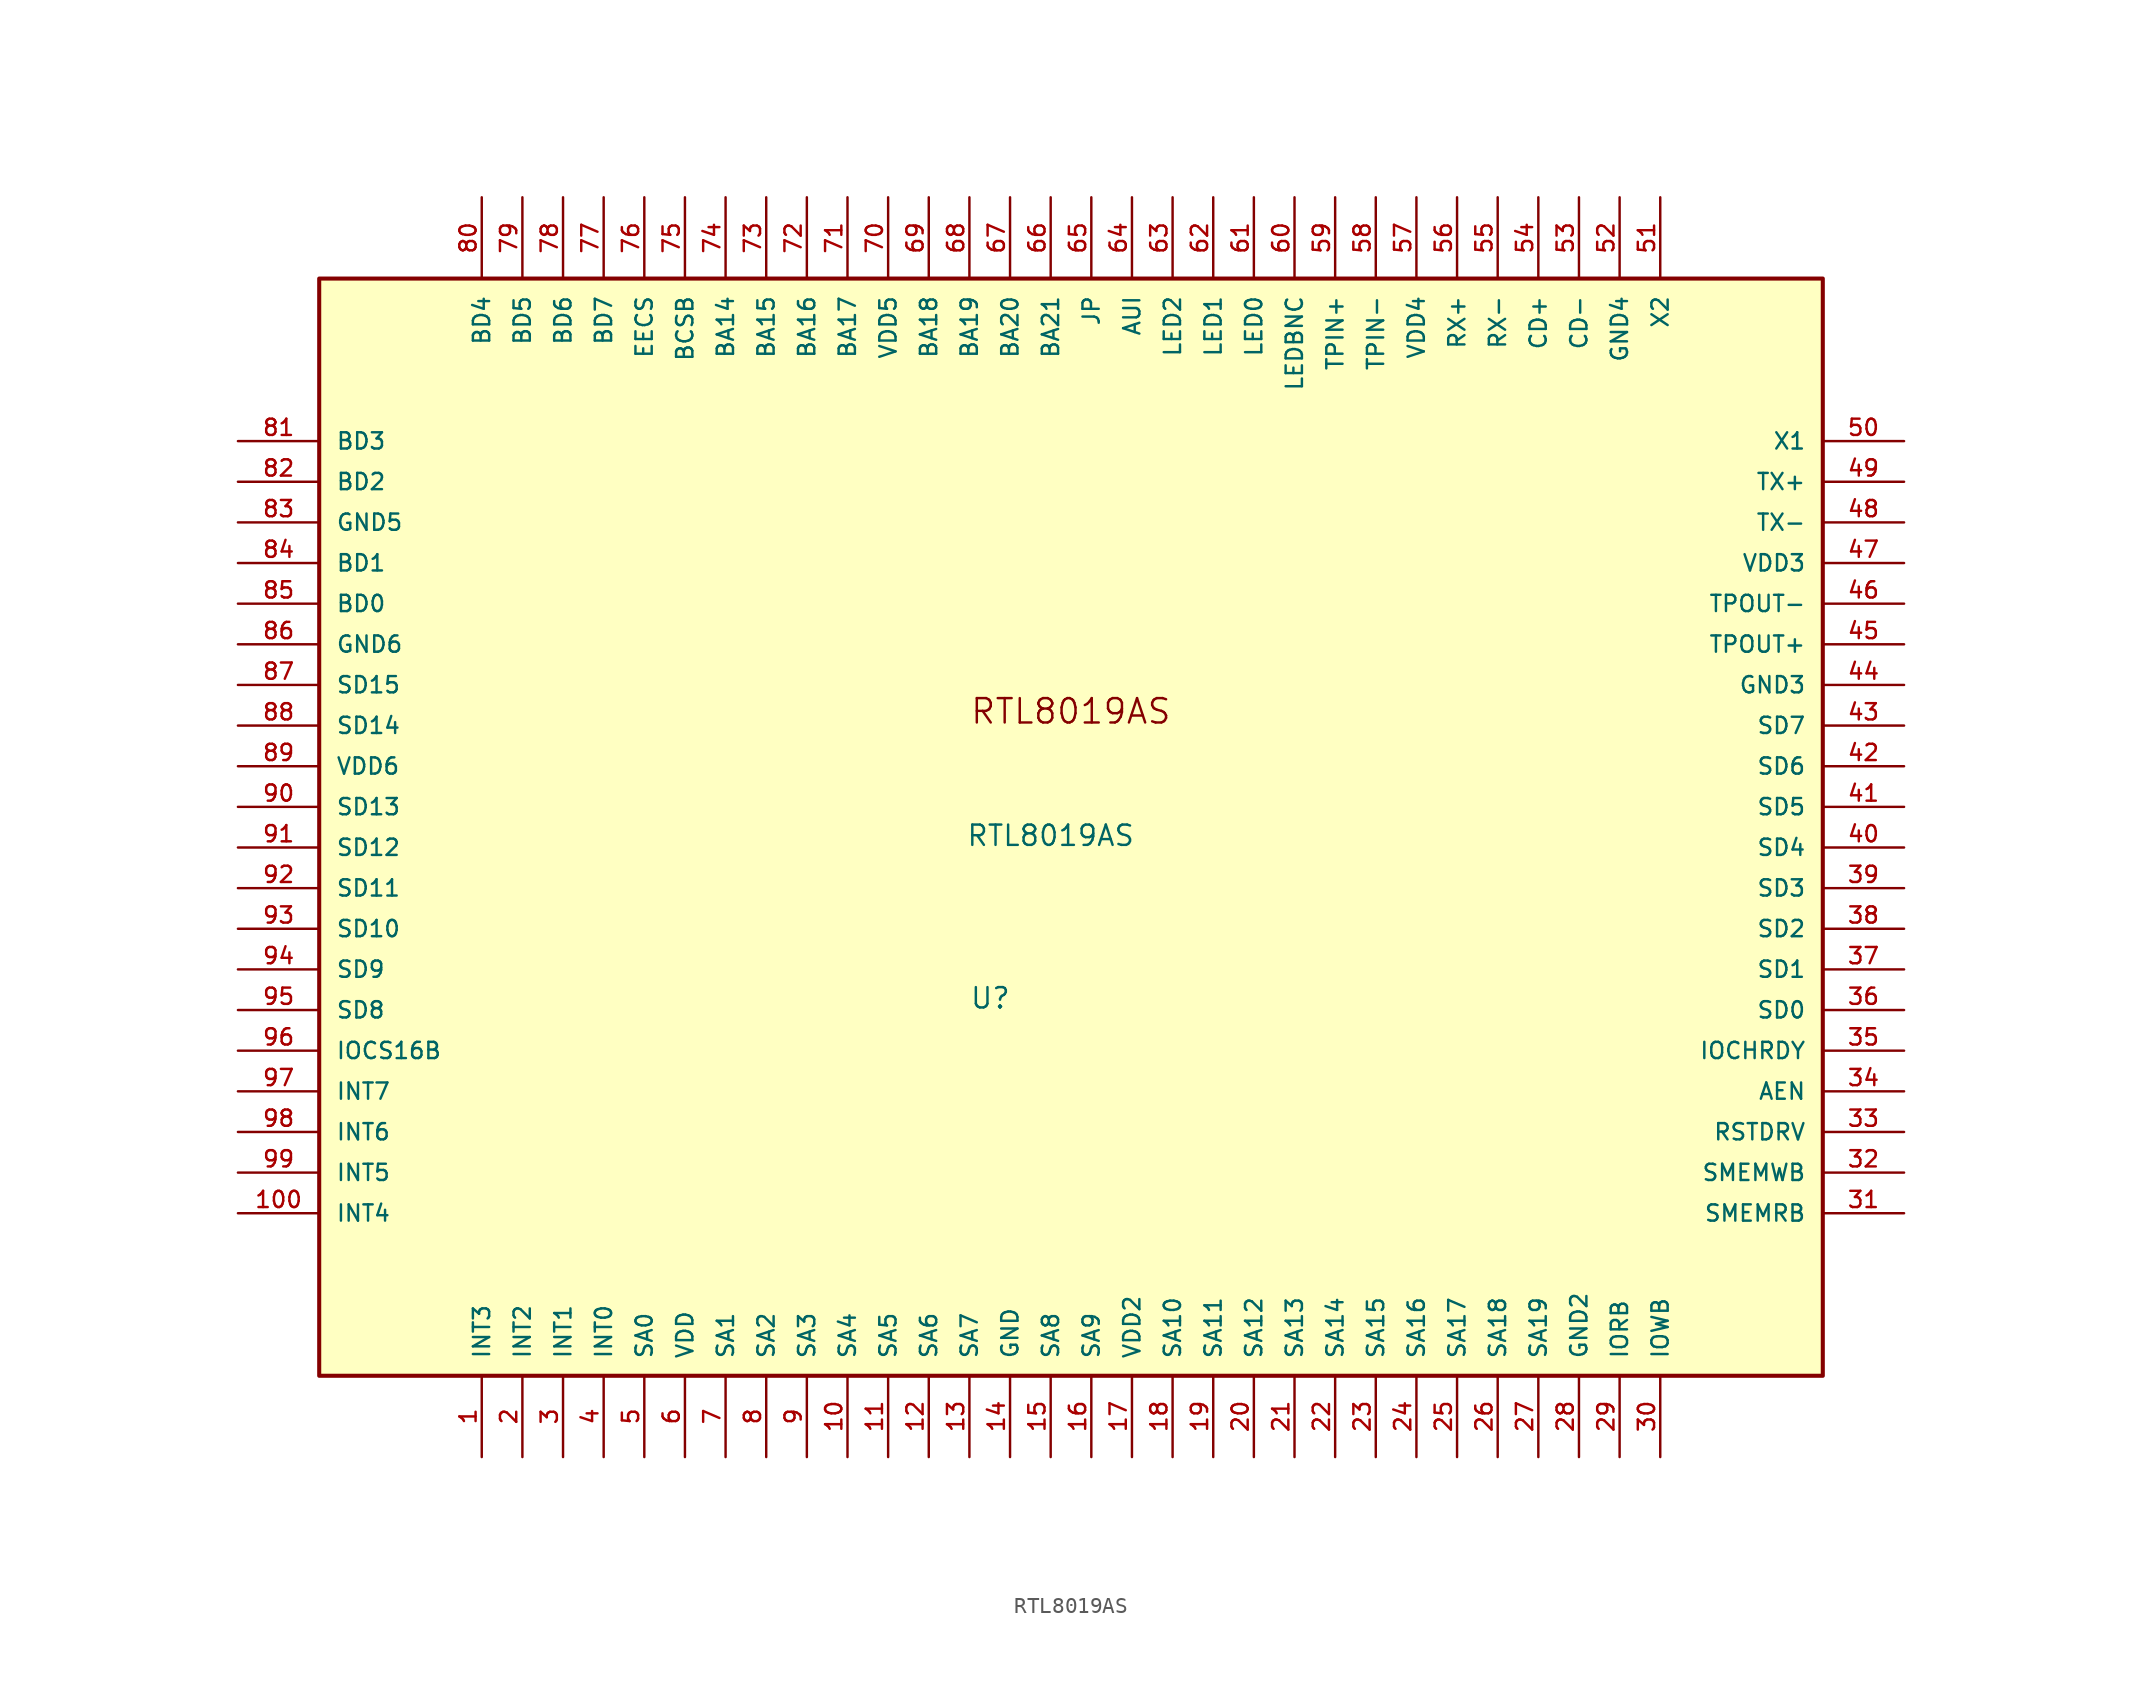
<source format=kicad_sym>
(kicad_symbol_lib
  (version 20211014)
  (generator kicad_symbol_editor)
  (symbol "RTL8019AS"
    (pin_names
      (offset 1.016))
    (property "Reference" "U"
      (at -5.08 -10.16 0)
      (effects (font (size 1.27 1.27)) (justify bottom left)))
    (property "Value" "RTL8019AS"
      (at 0 0.0 0)
      (effects (font (size 1.27 1.27)) (justify bottom)))
    (symbol "RTL8019AS_0_0"
      (text "RTL8019AS" (at -5.08 7.62 0) (effects (font (size 1.524 1.524)) (justify bottom left)))
      (rectangle (start -45.72 -33.02) (end 48.26 35.56) (stroke (width 0.254)) (fill (type background)))
      (pin bidirectional line (at 53.34 -15.24 180.0) (length 5.08) (name "AEN" (effects (font (size 1.016 1.016)))) (number "34" (effects (font (size 1.016 1.016)))))
      (pin bidirectional line (at 5.08 40.64 270.0) (length 5.08) (name "AUI" (effects (font (size 1.016 1.016)))) (number "64" (effects (font (size 1.016 1.016)))))
      (pin bidirectional line (at -20.32 40.64 270.0) (length 5.08) (name "BA14" (effects (font (size 1.016 1.016)))) (number "74" (effects (font (size 1.016 1.016)))))
      (pin bidirectional line (at -17.78 40.64 270.0) (length 5.08) (name "BA15" (effects (font (size 1.016 1.016)))) (number "73" (effects (font (size 1.016 1.016)))))
      (pin bidirectional line (at -15.24 40.64 270.0) (length 5.08) (name "BA16" (effects (font (size 1.016 1.016)))) (number "72" (effects (font (size 1.016 1.016)))))
      (pin bidirectional line (at -12.7 40.64 270.0) (length 5.08) (name "BA17" (effects (font (size 1.016 1.016)))) (number "71" (effects (font (size 1.016 1.016)))))
      (pin bidirectional line (at -7.62 40.64 270.0) (length 5.08) (name "BA18" (effects (font (size 1.016 1.016)))) (number "69" (effects (font (size 1.016 1.016)))))
      (pin bidirectional line (at -5.08 40.64 270.0) (length 5.08) (name "BA19" (effects (font (size 1.016 1.016)))) (number "68" (effects (font (size 1.016 1.016)))))
      (pin bidirectional line (at -2.54 40.64 270.0) (length 5.08) (name "BA20" (effects (font (size 1.016 1.016)))) (number "67" (effects (font (size 1.016 1.016)))))
      (pin bidirectional line (at 0.0 40.64 270.0) (length 5.08) (name "BA21" (effects (font (size 1.016 1.016)))) (number "66" (effects (font (size 1.016 1.016)))))
      (pin bidirectional line (at -22.86 40.64 270.0) (length 5.08) (name "BCSB" (effects (font (size 1.016 1.016)))) (number "75" (effects (font (size 1.016 1.016)))))
      (pin bidirectional line (at -50.8 15.24 0) (length 5.08) (name "BD0" (effects (font (size 1.016 1.016)))) (number "85" (effects (font (size 1.016 1.016)))))
      (pin bidirectional line (at -50.8 17.78 0) (length 5.08) (name "BD1" (effects (font (size 1.016 1.016)))) (number "84" (effects (font (size 1.016 1.016)))))
      (pin bidirectional line (at -50.8 22.86 0) (length 5.08) (name "BD2" (effects (font (size 1.016 1.016)))) (number "82" (effects (font (size 1.016 1.016)))))
      (pin bidirectional line (at -50.8 25.4 0) (length 5.08) (name "BD3" (effects (font (size 1.016 1.016)))) (number "81" (effects (font (size 1.016 1.016)))))
      (pin bidirectional line (at -35.56 40.64 270.0) (length 5.08) (name "BD4" (effects (font (size 1.016 1.016)))) (number "80" (effects (font (size 1.016 1.016)))))
      (pin bidirectional line (at -33.02 40.64 270.0) (length 5.08) (name "BD5" (effects (font (size 1.016 1.016)))) (number "79" (effects (font (size 1.016 1.016)))))
      (pin bidirectional line (at -30.48 40.64 270.0) (length 5.08) (name "BD6" (effects (font (size 1.016 1.016)))) (number "78" (effects (font (size 1.016 1.016)))))
      (pin bidirectional line (at -27.94 40.64 270.0) (length 5.08) (name "BD7" (effects (font (size 1.016 1.016)))) (number "77" (effects (font (size 1.016 1.016)))))
      (pin bidirectional line (at 30.48 40.64 270.0) (length 5.08) (name "CD+" (effects (font (size 1.016 1.016)))) (number "54" (effects (font (size 1.016 1.016)))))
      (pin bidirectional line (at 33.02 40.64 270.0) (length 5.08) (name "CD-" (effects (font (size 1.016 1.016)))) (number "53" (effects (font (size 1.016 1.016)))))
      (pin bidirectional line (at -25.4 40.64 270.0) (length 5.08) (name "EECS" (effects (font (size 1.016 1.016)))) (number "76" (effects (font (size 1.016 1.016)))))
      (pin power_in line (at -2.54 -38.1 90.0) (length 5.08) (name "GND" (effects (font (size 1.016 1.016)))) (number "14" (effects (font (size 1.016 1.016)))))
      (pin power_in line (at 33.02 -38.1 90.0) (length 5.08) (name "GND2" (effects (font (size 1.016 1.016)))) (number "28" (effects (font (size 1.016 1.016)))))
      (pin power_in line (at 53.34 10.16 180.0) (length 5.08) (name "GND3" (effects (font (size 1.016 1.016)))) (number "44" (effects (font (size 1.016 1.016)))))
      (pin power_in line (at 35.56 40.64 270.0) (length 5.08) (name "GND4" (effects (font (size 1.016 1.016)))) (number "52" (effects (font (size 1.016 1.016)))))
      (pin power_in line (at -50.8 20.32 0) (length 5.08) (name "GND5" (effects (font (size 1.016 1.016)))) (number "83" (effects (font (size 1.016 1.016)))))
      (pin power_in line (at -50.8 12.7 0) (length 5.08) (name "GND6" (effects (font (size 1.016 1.016)))) (number "86" (effects (font (size 1.016 1.016)))))
      (pin bidirectional line (at -27.94 -38.1 90.0) (length 5.08) (name "INT0" (effects (font (size 1.016 1.016)))) (number "4" (effects (font (size 1.016 1.016)))))
      (pin bidirectional line (at -30.48 -38.1 90.0) (length 5.08) (name "INT1" (effects (font (size 1.016 1.016)))) (number "3" (effects (font (size 1.016 1.016)))))
      (pin bidirectional line (at -33.02 -38.1 90.0) (length 5.08) (name "INT2" (effects (font (size 1.016 1.016)))) (number "2" (effects (font (size 1.016 1.016)))))
      (pin bidirectional line (at -35.56 -38.1 90.0) (length 5.08) (name "INT3" (effects (font (size 1.016 1.016)))) (number "1" (effects (font (size 1.016 1.016)))))
      (pin bidirectional line (at -50.8 -22.86 0) (length 5.08) (name "INT4" (effects (font (size 1.016 1.016)))) (number "100" (effects (font (size 1.016 1.016)))))
      (pin bidirectional line (at -50.8 -20.32 0) (length 5.08) (name "INT5" (effects (font (size 1.016 1.016)))) (number "99" (effects (font (size 1.016 1.016)))))
      (pin bidirectional line (at -50.8 -17.78 0) (length 5.08) (name "INT6" (effects (font (size 1.016 1.016)))) (number "98" (effects (font (size 1.016 1.016)))))
      (pin bidirectional line (at -50.8 -15.24 0) (length 5.08) (name "INT7" (effects (font (size 1.016 1.016)))) (number "97" (effects (font (size 1.016 1.016)))))
      (pin bidirectional line (at 53.34 -12.7 180.0) (length 5.08) (name "IOCHRDY" (effects (font (size 1.016 1.016)))) (number "35" (effects (font (size 1.016 1.016)))))
      (pin bidirectional line (at -50.8 -12.7 0) (length 5.08) (name "IOCS16B" (effects (font (size 1.016 1.016)))) (number "96" (effects (font (size 1.016 1.016)))))
      (pin bidirectional line (at 35.56 -38.1 90.0) (length 5.08) (name "IORB" (effects (font (size 1.016 1.016)))) (number "29" (effects (font (size 1.016 1.016)))))
      (pin bidirectional line (at 38.1 -38.1 90.0) (length 5.08) (name "IOWB" (effects (font (size 1.016 1.016)))) (number "30" (effects (font (size 1.016 1.016)))))
      (pin bidirectional line (at 2.54 40.64 270.0) (length 5.08) (name "JP" (effects (font (size 1.016 1.016)))) (number "65" (effects (font (size 1.016 1.016)))))
      (pin bidirectional line (at 12.7 40.64 270.0) (length 5.08) (name "LED0" (effects (font (size 1.016 1.016)))) (number "61" (effects (font (size 1.016 1.016)))))
      (pin bidirectional line (at 10.16 40.64 270.0) (length 5.08) (name "LED1" (effects (font (size 1.016 1.016)))) (number "62" (effects (font (size 1.016 1.016)))))
      (pin bidirectional line (at 7.62 40.64 270.0) (length 5.08) (name "LED2" (effects (font (size 1.016 1.016)))) (number "63" (effects (font (size 1.016 1.016)))))
      (pin bidirectional line (at 15.24 40.64 270.0) (length 5.08) (name "LEDBNC" (effects (font (size 1.016 1.016)))) (number "60" (effects (font (size 1.016 1.016)))))
      (pin bidirectional line (at 53.34 -17.78 180.0) (length 5.08) (name "RSTDRV" (effects (font (size 1.016 1.016)))) (number "33" (effects (font (size 1.016 1.016)))))
      (pin bidirectional line (at 25.4 40.64 270.0) (length 5.08) (name "RX+" (effects (font (size 1.016 1.016)))) (number "56" (effects (font (size 1.016 1.016)))))
      (pin bidirectional line (at 27.94 40.64 270.0) (length 5.08) (name "RX-" (effects (font (size 1.016 1.016)))) (number "55" (effects (font (size 1.016 1.016)))))
      (pin bidirectional line (at -25.4 -38.1 90.0) (length 5.08) (name "SA0" (effects (font (size 1.016 1.016)))) (number "5" (effects (font (size 1.016 1.016)))))
      (pin bidirectional line (at -20.32 -38.1 90.0) (length 5.08) (name "SA1" (effects (font (size 1.016 1.016)))) (number "7" (effects (font (size 1.016 1.016)))))
      (pin bidirectional line (at -17.78 -38.1 90.0) (length 5.08) (name "SA2" (effects (font (size 1.016 1.016)))) (number "8" (effects (font (size 1.016 1.016)))))
      (pin bidirectional line (at -15.24 -38.1 90.0) (length 5.08) (name "SA3" (effects (font (size 1.016 1.016)))) (number "9" (effects (font (size 1.016 1.016)))))
      (pin bidirectional line (at -12.7 -38.1 90.0) (length 5.08) (name "SA4" (effects (font (size 1.016 1.016)))) (number "10" (effects (font (size 1.016 1.016)))))
      (pin bidirectional line (at -10.16 -38.1 90.0) (length 5.08) (name "SA5" (effects (font (size 1.016 1.016)))) (number "11" (effects (font (size 1.016 1.016)))))
      (pin bidirectional line (at -7.62 -38.1 90.0) (length 5.08) (name "SA6" (effects (font (size 1.016 1.016)))) (number "12" (effects (font (size 1.016 1.016)))))
      (pin bidirectional line (at -5.08 -38.1 90.0) (length 5.08) (name "SA7" (effects (font (size 1.016 1.016)))) (number "13" (effects (font (size 1.016 1.016)))))
      (pin bidirectional line (at 0.0 -38.1 90.0) (length 5.08) (name "SA8" (effects (font (size 1.016 1.016)))) (number "15" (effects (font (size 1.016 1.016)))))
      (pin bidirectional line (at 2.54 -38.1 90.0) (length 5.08) (name "SA9" (effects (font (size 1.016 1.016)))) (number "16" (effects (font (size 1.016 1.016)))))
      (pin bidirectional line (at 7.62 -38.1 90.0) (length 5.08) (name "SA10" (effects (font (size 1.016 1.016)))) (number "18" (effects (font (size 1.016 1.016)))))
      (pin bidirectional line (at 10.16 -38.1 90.0) (length 5.08) (name "SA11" (effects (font (size 1.016 1.016)))) (number "19" (effects (font (size 1.016 1.016)))))
      (pin bidirectional line (at 12.7 -38.1 90.0) (length 5.08) (name "SA12" (effects (font (size 1.016 1.016)))) (number "20" (effects (font (size 1.016 1.016)))))
      (pin bidirectional line (at 15.24 -38.1 90.0) (length 5.08) (name "SA13" (effects (font (size 1.016 1.016)))) (number "21" (effects (font (size 1.016 1.016)))))
      (pin bidirectional line (at 17.78 -38.1 90.0) (length 5.08) (name "SA14" (effects (font (size 1.016 1.016)))) (number "22" (effects (font (size 1.016 1.016)))))
      (pin bidirectional line (at 20.32 -38.1 90.0) (length 5.08) (name "SA15" (effects (font (size 1.016 1.016)))) (number "23" (effects (font (size 1.016 1.016)))))
      (pin bidirectional line (at 22.86 -38.1 90.0) (length 5.08) (name "SA16" (effects (font (size 1.016 1.016)))) (number "24" (effects (font (size 1.016 1.016)))))
      (pin bidirectional line (at 25.4 -38.1 90.0) (length 5.08) (name "SA17" (effects (font (size 1.016 1.016)))) (number "25" (effects (font (size 1.016 1.016)))))
      (pin bidirectional line (at 27.94 -38.1 90.0) (length 5.08) (name "SA18" (effects (font (size 1.016 1.016)))) (number "26" (effects (font (size 1.016 1.016)))))
      (pin bidirectional line (at 30.48 -38.1 90.0) (length 5.08) (name "SA19" (effects (font (size 1.016 1.016)))) (number "27" (effects (font (size 1.016 1.016)))))
      (pin bidirectional line (at 53.34 -10.16 180.0) (length 5.08) (name "SD0" (effects (font (size 1.016 1.016)))) (number "36" (effects (font (size 1.016 1.016)))))
      (pin bidirectional line (at 53.34 -7.62 180.0) (length 5.08) (name "SD1" (effects (font (size 1.016 1.016)))) (number "37" (effects (font (size 1.016 1.016)))))
      (pin bidirectional line (at 53.34 -5.08 180.0) (length 5.08) (name "SD2" (effects (font (size 1.016 1.016)))) (number "38" (effects (font (size 1.016 1.016)))))
      (pin bidirectional line (at 53.34 -2.54 180.0) (length 5.08) (name "SD3" (effects (font (size 1.016 1.016)))) (number "39" (effects (font (size 1.016 1.016)))))
      (pin bidirectional line (at 53.34 0.0 180.0) (length 5.08) (name "SD4" (effects (font (size 1.016 1.016)))) (number "40" (effects (font (size 1.016 1.016)))))
      (pin bidirectional line (at 53.34 2.54 180.0) (length 5.08) (name "SD5" (effects (font (size 1.016 1.016)))) (number "41" (effects (font (size 1.016 1.016)))))
      (pin bidirectional line (at 53.34 5.08 180.0) (length 5.08) (name "SD6" (effects (font (size 1.016 1.016)))) (number "42" (effects (font (size 1.016 1.016)))))
      (pin bidirectional line (at 53.34 7.62 180.0) (length 5.08) (name "SD7" (effects (font (size 1.016 1.016)))) (number "43" (effects (font (size 1.016 1.016)))))
      (pin bidirectional line (at -50.8 -10.16 0) (length 5.08) (name "SD8" (effects (font (size 1.016 1.016)))) (number "95" (effects (font (size 1.016 1.016)))))
      (pin bidirectional line (at -50.8 -7.62 0) (length 5.08) (name "SD9" (effects (font (size 1.016 1.016)))) (number "94" (effects (font (size 1.016 1.016)))))
      (pin bidirectional line (at -50.8 -5.08 0) (length 5.08) (name "SD10" (effects (font (size 1.016 1.016)))) (number "93" (effects (font (size 1.016 1.016)))))
      (pin bidirectional line (at -50.8 -2.54 0) (length 5.08) (name "SD11" (effects (font (size 1.016 1.016)))) (number "92" (effects (font (size 1.016 1.016)))))
      (pin bidirectional line (at -50.8 0.0 0) (length 5.08) (name "SD12" (effects (font (size 1.016 1.016)))) (number "91" (effects (font (size 1.016 1.016)))))
      (pin bidirectional line (at -50.8 2.54 0) (length 5.08) (name "SD13" (effects (font (size 1.016 1.016)))) (number "90" (effects (font (size 1.016 1.016)))))
      (pin bidirectional line (at -50.8 7.62 0) (length 5.08) (name "SD14" (effects (font (size 1.016 1.016)))) (number "88" (effects (font (size 1.016 1.016)))))
      (pin bidirectional line (at -50.8 10.16 0) (length 5.08) (name "SD15" (effects (font (size 1.016 1.016)))) (number "87" (effects (font (size 1.016 1.016)))))
      (pin bidirectional line (at 53.34 -22.86 180.0) (length 5.08) (name "SMEMRB" (effects (font (size 1.016 1.016)))) (number "31" (effects (font (size 1.016 1.016)))))
      (pin bidirectional line (at 53.34 -20.32 180.0) (length 5.08) (name "SMEMWB" (effects (font (size 1.016 1.016)))) (number "32" (effects (font (size 1.016 1.016)))))
      (pin bidirectional line (at 17.78 40.64 270.0) (length 5.08) (name "TPIN+" (effects (font (size 1.016 1.016)))) (number "59" (effects (font (size 1.016 1.016)))))
      (pin bidirectional line (at 20.32 40.64 270.0) (length 5.08) (name "TPIN-" (effects (font (size 1.016 1.016)))) (number "58" (effects (font (size 1.016 1.016)))))
      (pin bidirectional line (at 53.34 12.7 180.0) (length 5.08) (name "TPOUT+" (effects (font (size 1.016 1.016)))) (number "45" (effects (font (size 1.016 1.016)))))
      (pin bidirectional line (at 53.34 15.24 180.0) (length 5.08) (name "TPOUT-" (effects (font (size 1.016 1.016)))) (number "46" (effects (font (size 1.016 1.016)))))
      (pin bidirectional line (at 53.34 22.86 180.0) (length 5.08) (name "TX+" (effects (font (size 1.016 1.016)))) (number "49" (effects (font (size 1.016 1.016)))))
      (pin bidirectional line (at 53.34 20.32 180.0) (length 5.08) (name "TX-" (effects (font (size 1.016 1.016)))) (number "48" (effects (font (size 1.016 1.016)))))
      (pin power_in line (at -22.86 -38.1 90.0) (length 5.08) (name "VDD" (effects (font (size 1.016 1.016)))) (number "6" (effects (font (size 1.016 1.016)))))
      (pin power_in line (at 5.08 -38.1 90.0) (length 5.08) (name "VDD2" (effects (font (size 1.016 1.016)))) (number "17" (effects (font (size 1.016 1.016)))))
      (pin power_in line (at 53.34 17.78 180.0) (length 5.08) (name "VDD3" (effects (font (size 1.016 1.016)))) (number "47" (effects (font (size 1.016 1.016)))))
      (pin power_in line (at 22.86 40.64 270.0) (length 5.08) (name "VDD4" (effects (font (size 1.016 1.016)))) (number "57" (effects (font (size 1.016 1.016)))))
      (pin power_in line (at -10.16 40.64 270.0) (length 5.08) (name "VDD5" (effects (font (size 1.016 1.016)))) (number "70" (effects (font (size 1.016 1.016)))))
      (pin power_in line (at -50.8 5.08 0) (length 5.08) (name "VDD6" (effects (font (size 1.016 1.016)))) (number "89" (effects (font (size 1.016 1.016)))))
      (pin bidirectional line (at 53.34 25.4 180.0) (length 5.08) (name "X1" (effects (font (size 1.016 1.016)))) (number "50" (effects (font (size 1.016 1.016)))))
      (pin bidirectional line (at 38.1 40.64 270.0) (length 5.08) (name "X2" (effects (font (size 1.016 1.016)))) (number "51" (effects (font (size 1.016 1.016))))))))
</source>
